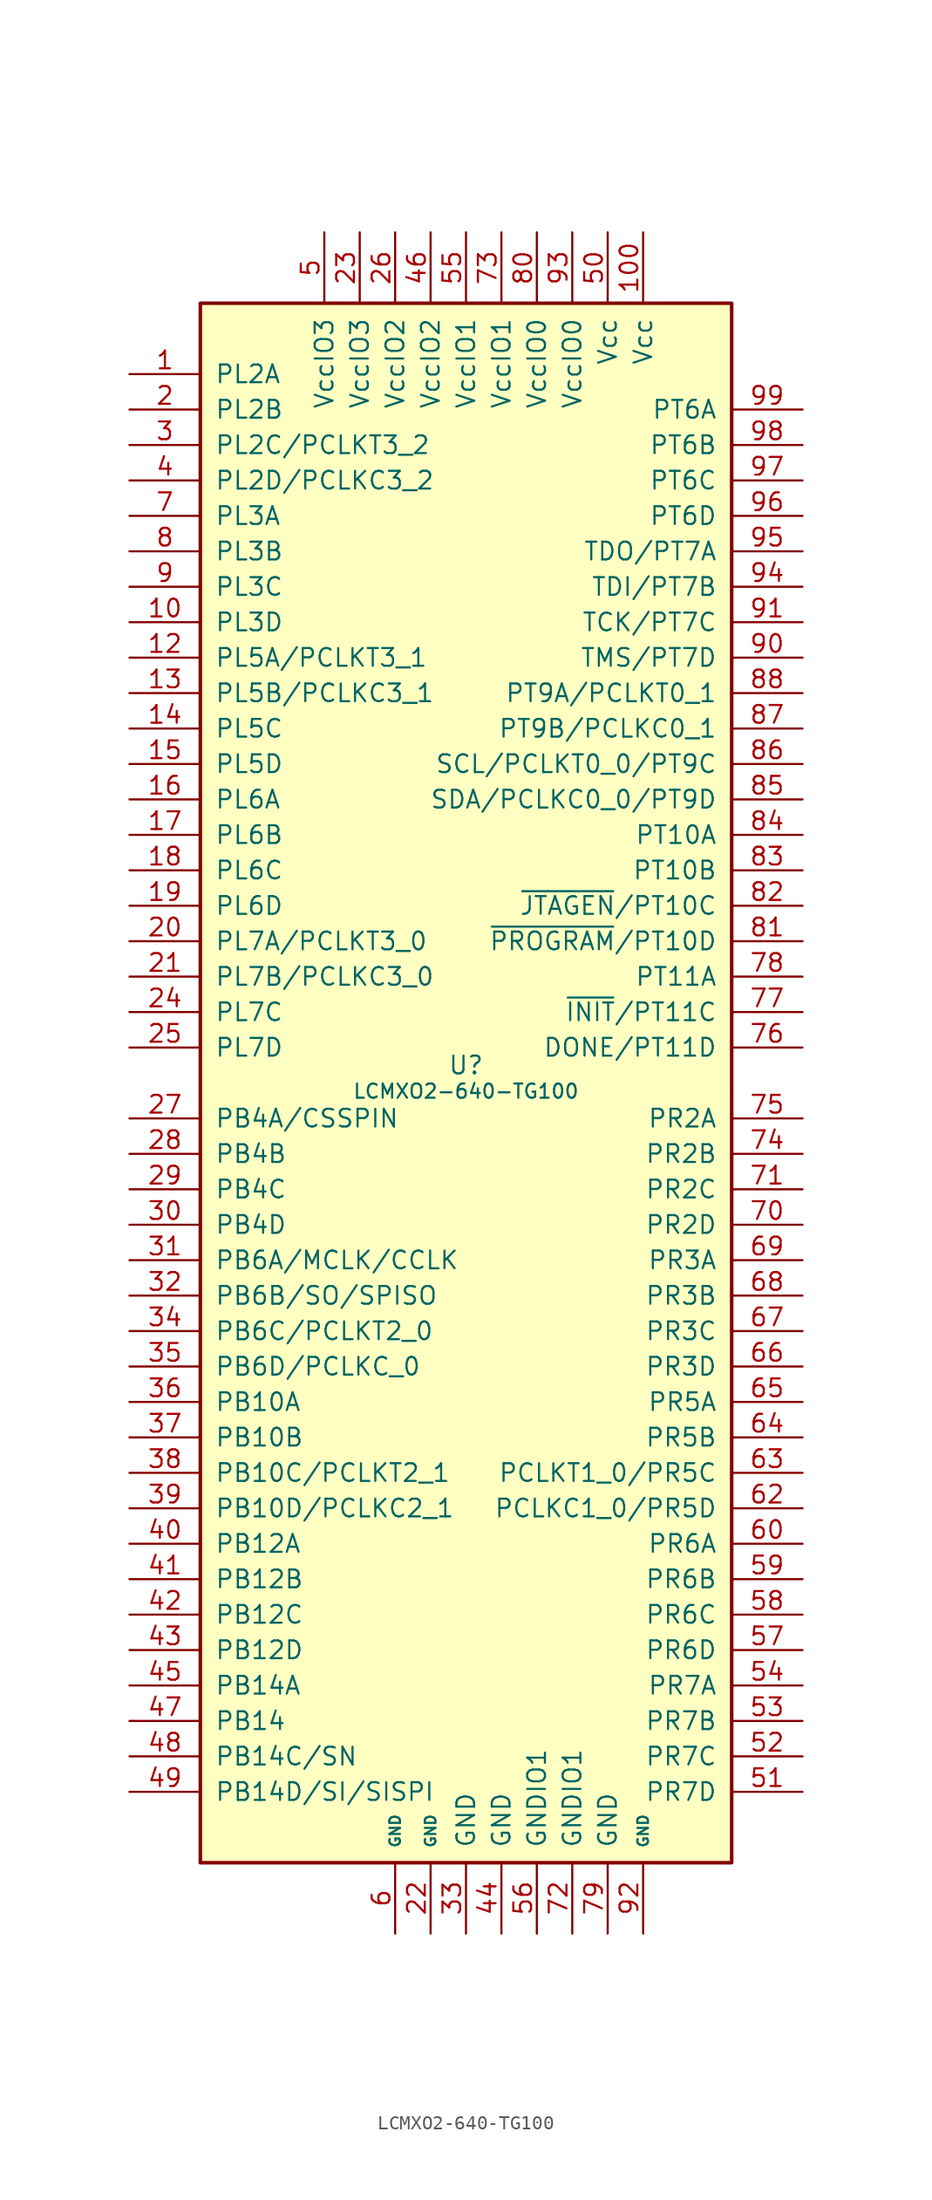
<source format=kicad_sym>
(kicad_symbol_lib
  (version 20220914)
  (generator kicad_symbol_editor)
  (symbol "LCMXO2-640-TG100"
    (pin_names
      (offset 1.016))
    (property "Reference" "U"
      (at 0 1.27 0)
      (effects (font (size 1.27 1.27))))
    (property "Value" "LCMXO2-640-TG100"
      (at 0 0 0)
      (effects (font (size 1.016 1.016)) (justify top)))
    (symbol "LCMXO2-640-TG100_1_1"
      (rectangle (start -19.05 55.88) (end 19.05 -55.88) (stroke (width 0.254) (type default)) (fill (type background)))
      (pin bidirectional line (at -24.13 50.8 0) (length 5.08) (name "PL2A" (effects (font (size 1.27 1.27)))) (number "1" (effects (font (size 1.27 1.27)))))
      (pin bidirectional line (at -24.13 33.02 0) (length 5.08) (name "PL3D" (effects (font (size 1.27 1.27)))) (number "10" (effects (font (size 1.27 1.27)))))
      (pin power_in line (at 12.7 60.96 270) (length 5.08) (name "Vcc" (effects (font (size 1.27 1.27)))) (number "100" (effects (font (size 1.27 1.27)))))
      (pin bidirectional line (at -24.13 30.48 0) (length 5.08) (name "PL5A/PCLKT3_1" (effects (font (size 1.27 1.27)))) (number "12" (effects (font (size 1.27 1.27)))))
      (pin bidirectional line (at -24.13 27.94 0) (length 5.08) (name "PL5B/PCLKC3_1" (effects (font (size 1.27 1.27)))) (number "13" (effects (font (size 1.27 1.27)))))
      (pin bidirectional line (at -24.13 25.4 0) (length 5.08) (name "PL5C" (effects (font (size 1.27 1.27)))) (number "14" (effects (font (size 1.27 1.27)))))
      (pin bidirectional line (at -24.13 22.86 0) (length 5.08) (name "PL5D" (effects (font (size 1.27 1.27)))) (number "15" (effects (font (size 1.27 1.27)))))
      (pin bidirectional line (at -24.13 20.32 0) (length 5.08) (name "PL6A" (effects (font (size 1.27 1.27)))) (number "16" (effects (font (size 1.27 1.27)))))
      (pin bidirectional line (at -24.13 17.78 0) (length 5.08) (name "PL6B" (effects (font (size 1.27 1.27)))) (number "17" (effects (font (size 1.27 1.27)))))
      (pin bidirectional line (at -24.13 15.24 0) (length 5.08) (name "PL6C" (effects (font (size 1.27 1.27)))) (number "18" (effects (font (size 1.27 1.27)))))
      (pin bidirectional line (at -24.13 12.7 0) (length 5.08) (name "PL6D" (effects (font (size 1.27 1.27)))) (number "19" (effects (font (size 1.27 1.27)))))
      (pin bidirectional line (at -24.13 48.26 0) (length 5.08) (name "PL2B" (effects (font (size 1.27 1.27)))) (number "2" (effects (font (size 1.27 1.27)))))
      (pin bidirectional line (at -24.13 10.16 0) (length 5.08) (name "PL7A/PCLKT3_0" (effects (font (size 1.27 1.27)))) (number "20" (effects (font (size 1.27 1.27)))))
      (pin bidirectional line (at -24.13 7.62 0) (length 5.08) (name "PL7B/PCLKC3_0" (effects (font (size 1.27 1.27)))) (number "21" (effects (font (size 1.27 1.27)))))
      (pin power_in line (at -2.54 -60.96 90) (length 5.08) (name "GND" (effects (font (size 0.762 0.762)))) (number "22" (effects (font (size 1.27 1.27)))))
      (pin power_in line (at -7.62 60.96 270) (length 5.08) (name "VccIO3" (effects (font (size 1.27 1.27)))) (number "23" (effects (font (size 1.27 1.27)))))
      (pin bidirectional line (at -24.13 5.08 0) (length 5.08) (name "PL7C" (effects (font (size 1.27 1.27)))) (number "24" (effects (font (size 1.27 1.27)))))
      (pin bidirectional line (at -24.13 2.54 0) (length 5.08) (name "PL7D" (effects (font (size 1.27 1.27)))) (number "25" (effects (font (size 1.27 1.27)))))
      (pin power_in line (at -5.08 60.96 270) (length 5.08) (name "VccIO2" (effects (font (size 1.27 1.27)))) (number "26" (effects (font (size 1.27 1.27)))))
      (pin bidirectional line (at -24.13 -2.54 0) (length 5.08) (name "PB4A/CSSPIN" (effects (font (size 1.27 1.27)))) (number "27" (effects (font (size 1.27 1.27)))))
      (pin bidirectional line (at -24.13 -5.08 0) (length 5.08) (name "PB4B" (effects (font (size 1.27 1.27)))) (number "28" (effects (font (size 1.27 1.27)))))
      (pin bidirectional line (at -24.13 -7.62 0) (length 5.08) (name "PB4C" (effects (font (size 1.27 1.27)))) (number "29" (effects (font (size 1.27 1.27)))))
      (pin bidirectional line (at -24.13 45.72 0) (length 5.08) (name "PL2C/PCLKT3_2" (effects (font (size 1.27 1.27)))) (number "3" (effects (font (size 1.27 1.27)))))
      (pin bidirectional line (at -24.13 -10.16 0) (length 5.08) (name "PB4D" (effects (font (size 1.27 1.27)))) (number "30" (effects (font (size 1.27 1.27)))))
      (pin bidirectional line (at -24.13 -12.7 0) (length 5.08) (name "PB6A/MCLK/CCLK" (effects (font (size 1.27 1.27)))) (number "31" (effects (font (size 1.27 1.27)))))
      (pin bidirectional line (at -24.13 -15.24 0) (length 5.08) (name "PB6B/SO/SPISO" (effects (font (size 1.27 1.27)))) (number "32" (effects (font (size 1.27 1.27)))))
      (pin power_in line (at 0 -60.96 90) (length 5.08) (name "GND" (effects (font (size 1.27 1.27)))) (number "33" (effects (font (size 1.27 1.27)))))
      (pin bidirectional line (at -24.13 -17.78 0) (length 5.08) (name "PB6C/PCLKT2_0" (effects (font (size 1.27 1.27)))) (number "34" (effects (font (size 1.27 1.27)))))
      (pin bidirectional line (at -24.13 -20.32 0) (length 5.08) (name "PB6D/PCLKC_0" (effects (font (size 1.27 1.27)))) (number "35" (effects (font (size 1.27 1.27)))))
      (pin bidirectional line (at -24.13 -22.86 0) (length 5.08) (name "PB10A" (effects (font (size 1.27 1.27)))) (number "36" (effects (font (size 1.27 1.27)))))
      (pin bidirectional line (at -24.13 -25.4 0) (length 5.08) (name "PB10B" (effects (font (size 1.27 1.27)))) (number "37" (effects (font (size 1.27 1.27)))))
      (pin bidirectional line (at -24.13 -27.94 0) (length 5.08) (name "PB10C/PCLKT2_1" (effects (font (size 1.27 1.27)))) (number "38" (effects (font (size 1.27 1.27)))))
      (pin bidirectional line (at -24.13 -30.48 0) (length 5.08) (name "PB10D/PCLKC2_1" (effects (font (size 1.27 1.27)))) (number "39" (effects (font (size 1.27 1.27)))))
      (pin bidirectional line (at -24.13 43.18 0) (length 5.08) (name "PL2D/PCLKC3_2" (effects (font (size 1.27 1.27)))) (number "4" (effects (font (size 1.27 1.27)))))
      (pin bidirectional line (at -24.13 -33.02 0) (length 5.08) (name "PB12A" (effects (font (size 1.27 1.27)))) (number "40" (effects (font (size 1.27 1.27)))))
      (pin bidirectional line (at -24.13 -35.56 0) (length 5.08) (name "PB12B" (effects (font (size 1.27 1.27)))) (number "41" (effects (font (size 1.27 1.27)))))
      (pin bidirectional line (at -24.13 -38.1 0) (length 5.08) (name "PB12C" (effects (font (size 1.27 1.27)))) (number "42" (effects (font (size 1.27 1.27)))))
      (pin bidirectional line (at -24.13 -40.64 0) (length 5.08) (name "PB12D" (effects (font (size 1.27 1.27)))) (number "43" (effects (font (size 1.27 1.27)))))
      (pin power_in line (at 2.54 -60.96 90) (length 5.08) (name "GND" (effects (font (size 1.27 1.27)))) (number "44" (effects (font (size 1.27 1.27)))))
      (pin bidirectional line (at -24.13 -43.18 0) (length 5.08) (name "PB14A" (effects (font (size 1.27 1.27)))) (number "45" (effects (font (size 1.27 1.27)))))
      (pin power_in line (at -2.54 60.96 270) (length 5.08) (name "VccIO2" (effects (font (size 1.27 1.27)))) (number "46" (effects (font (size 1.27 1.27)))))
      (pin bidirectional line (at -24.13 -45.72 0) (length 5.08) (name "PB14" (effects (font (size 1.27 1.27)))) (number "47" (effects (font (size 1.27 1.27)))))
      (pin bidirectional line (at -24.13 -48.26 0) (length 5.08) (name "PB14C/SN" (effects (font (size 1.27 1.27)))) (number "48" (effects (font (size 1.27 1.27)))))
      (pin bidirectional line (at -24.13 -50.8 0) (length 5.08) (name "PB14D/SI/SISPI" (effects (font (size 1.27 1.27)))) (number "49" (effects (font (size 1.27 1.27)))))
      (pin power_in line (at -10.16 60.96 270) (length 5.08) (name "VccIO3" (effects (font (size 1.27 1.27)))) (number "5" (effects (font (size 1.27 1.27)))))
      (pin power_in line (at 10.16 60.96 270) (length 5.08) (name "Vcc" (effects (font (size 1.27 1.27)))) (number "50" (effects (font (size 1.27 1.27)))))
      (pin bidirectional line (at 24.13 -50.8 180) (length 5.08) (name "PR7D" (effects (font (size 1.27 1.27)))) (number "51" (effects (font (size 1.27 1.27)))))
      (pin bidirectional line (at 24.13 -48.26 180) (length 5.08) (name "PR7C" (effects (font (size 1.27 1.27)))) (number "52" (effects (font (size 1.27 1.27)))))
      (pin bidirectional line (at 24.13 -45.72 180) (length 5.08) (name "PR7B" (effects (font (size 1.27 1.27)))) (number "53" (effects (font (size 1.27 1.27)))))
      (pin bidirectional line (at 24.13 -43.18 180) (length 5.08) (name "PR7A" (effects (font (size 1.27 1.27)))) (number "54" (effects (font (size 1.27 1.27)))))
      (pin power_in line (at 0 60.96 270) (length 5.08) (name "VccIO1" (effects (font (size 1.27 1.27)))) (number "55" (effects (font (size 1.27 1.27)))))
      (pin power_in line (at 5.08 -60.96 90) (length 5.08) (name "GNDIO1" (effects (font (size 1.27 1.27)))) (number "56" (effects (font (size 1.27 1.27)))))
      (pin bidirectional line (at 24.13 -40.64 180) (length 5.08) (name "PR6D" (effects (font (size 1.27 1.27)))) (number "57" (effects (font (size 1.27 1.27)))))
      (pin bidirectional line (at 24.13 -38.1 180) (length 5.08) (name "PR6C" (effects (font (size 1.27 1.27)))) (number "58" (effects (font (size 1.27 1.27)))))
      (pin bidirectional line (at 24.13 -35.56 180) (length 5.08) (name "PR6B" (effects (font (size 1.27 1.27)))) (number "59" (effects (font (size 1.27 1.27)))))
      (pin power_in line (at -5.08 -60.96 90) (length 5.08) (name "GND" (effects (font (size 0.762 0.762)))) (number "6" (effects (font (size 1.27 1.27)))))
      (pin bidirectional line (at 24.13 -33.02 180) (length 5.08) (name "PR6A" (effects (font (size 1.27 1.27)))) (number "60" (effects (font (size 1.27 1.27)))))
      (pin bidirectional line (at 24.13 -30.48 180) (length 5.08) (name "PCLKC1_0/PR5D" (effects (font (size 1.27 1.27)))) (number "62" (effects (font (size 1.27 1.27)))))
      (pin bidirectional line (at 24.13 -27.94 180) (length 5.08) (name "PCLKT1_0/PR5C" (effects (font (size 1.27 1.27)))) (number "63" (effects (font (size 1.27 1.27)))))
      (pin bidirectional line (at 24.13 -25.4 180) (length 5.08) (name "PR5B" (effects (font (size 1.27 1.27)))) (number "64" (effects (font (size 1.27 1.27)))))
      (pin bidirectional line (at 24.13 -22.86 180) (length 5.08) (name "PR5A" (effects (font (size 1.27 1.27)))) (number "65" (effects (font (size 1.27 1.27)))))
      (pin bidirectional line (at 24.13 -20.32 180) (length 5.08) (name "PR3D" (effects (font (size 1.27 1.27)))) (number "66" (effects (font (size 1.27 1.27)))))
      (pin bidirectional line (at 24.13 -17.78 180) (length 5.08) (name "PR3C" (effects (font (size 1.27 1.27)))) (number "67" (effects (font (size 1.27 1.27)))))
      (pin bidirectional line (at 24.13 -15.24 180) (length 5.08) (name "PR3B" (effects (font (size 1.27 1.27)))) (number "68" (effects (font (size 1.27 1.27)))))
      (pin bidirectional line (at 24.13 -12.7 180) (length 5.08) (name "PR3A" (effects (font (size 1.27 1.27)))) (number "69" (effects (font (size 1.27 1.27)))))
      (pin bidirectional line (at -24.13 40.64 0) (length 5.08) (name "PL3A" (effects (font (size 1.27 1.27)))) (number "7" (effects (font (size 1.27 1.27)))))
      (pin bidirectional line (at 24.13 -10.16 180) (length 5.08) (name "PR2D" (effects (font (size 1.27 1.27)))) (number "70" (effects (font (size 1.27 1.27)))))
      (pin bidirectional line (at 24.13 -7.62 180) (length 5.08) (name "PR2C" (effects (font (size 1.27 1.27)))) (number "71" (effects (font (size 1.27 1.27)))))
      (pin power_in line (at 7.62 -60.96 90) (length 5.08) (name "GNDIO1" (effects (font (size 1.27 1.27)))) (number "72" (effects (font (size 1.27 1.27)))))
      (pin power_in line (at 2.54 60.96 270) (length 5.08) (name "VccIO1" (effects (font (size 1.27 1.27)))) (number "73" (effects (font (size 1.27 1.27)))))
      (pin bidirectional line (at 24.13 -5.08 180) (length 5.08) (name "PR2B" (effects (font (size 1.27 1.27)))) (number "74" (effects (font (size 1.27 1.27)))))
      (pin bidirectional line (at 24.13 -2.54 180) (length 5.08) (name "PR2A" (effects (font (size 1.27 1.27)))) (number "75" (effects (font (size 1.27 1.27)))))
      (pin bidirectional line (at 24.13 2.54 180) (length 5.08) (name "DONE/PT11D" (effects (font (size 1.27 1.27)))) (number "76" (effects (font (size 1.27 1.27)))))
      (pin bidirectional line (at 24.13 5.08 180) (length 5.08) (name "~{INIT}/PT11C" (effects (font (size 1.27 1.27)))) (number "77" (effects (font (size 1.27 1.27)))))
      (pin bidirectional line (at 24.13 7.62 180) (length 5.08) (name "PT11A" (effects (font (size 1.27 1.27)))) (number "78" (effects (font (size 1.27 1.27)))))
      (pin power_in line (at 10.16 -60.96 90) (length 5.08) (name "GND" (effects (font (size 1.27 1.27)))) (number "79" (effects (font (size 1.27 1.27)))))
      (pin bidirectional line (at -24.13 38.1 0) (length 5.08) (name "PL3B" (effects (font (size 1.27 1.27)))) (number "8" (effects (font (size 1.27 1.27)))))
      (pin power_in line (at 5.08 60.96 270) (length 5.08) (name "VccIO0" (effects (font (size 1.27 1.27)))) (number "80" (effects (font (size 1.27 1.27)))))
      (pin bidirectional line (at 24.13 10.16 180) (length 5.08) (name "~{PROGRAM}/PT10D" (effects (font (size 1.27 1.27)))) (number "81" (effects (font (size 1.27 1.27)))))
      (pin bidirectional line (at 24.13 12.7 180) (length 5.08) (name "~{JTAGEN}/PT10C" (effects (font (size 1.27 1.27)))) (number "82" (effects (font (size 1.27 1.27)))))
      (pin bidirectional line (at 24.13 15.24 180) (length 5.08) (name "PT10B" (effects (font (size 1.27 1.27)))) (number "83" (effects (font (size 1.27 1.27)))))
      (pin bidirectional line (at 24.13 17.78 180) (length 5.08) (name "PT10A" (effects (font (size 1.27 1.27)))) (number "84" (effects (font (size 1.27 1.27)))))
      (pin bidirectional line (at 24.13 20.32 180) (length 5.08) (name "SDA/PCLKC0_0/PT9D" (effects (font (size 1.27 1.27)))) (number "85" (effects (font (size 1.27 1.27)))))
      (pin bidirectional line (at 24.13 22.86 180) (length 5.08) (name "SCL/PCLKT0_0/PT9C" (effects (font (size 1.27 1.27)))) (number "86" (effects (font (size 1.27 1.27)))))
      (pin bidirectional line (at 24.13 25.4 180) (length 5.08) (name "PT9B/PCLKC0_1" (effects (font (size 1.27 1.27)))) (number "87" (effects (font (size 1.27 1.27)))))
      (pin bidirectional line (at 24.13 27.94 180) (length 5.08) (name "PT9A/PCLKT0_1" (effects (font (size 1.27 1.27)))) (number "88" (effects (font (size 1.27 1.27)))))
      (pin bidirectional line (at -24.13 35.56 0) (length 5.08) (name "PL3C" (effects (font (size 1.27 1.27)))) (number "9" (effects (font (size 1.27 1.27)))))
      (pin bidirectional line (at 24.13 30.48 180) (length 5.08) (name "TMS/PT7D" (effects (font (size 1.27 1.27)))) (number "90" (effects (font (size 1.27 1.27)))))
      (pin bidirectional line (at 24.13 33.02 180) (length 5.08) (name "TCK/PT7C" (effects (font (size 1.27 1.27)))) (number "91" (effects (font (size 1.27 1.27)))))
      (pin power_in line (at 12.7 -60.96 90) (length 5.08) (name "GND" (effects (font (size 0.762 0.762)))) (number "92" (effects (font (size 1.27 1.27)))))
      (pin power_in line (at 7.62 60.96 270) (length 5.08) (name "VccIO0" (effects (font (size 1.27 1.27)))) (number "93" (effects (font (size 1.27 1.27)))))
      (pin bidirectional line (at 24.13 35.56 180) (length 5.08) (name "TDI/PT7B" (effects (font (size 1.27 1.27)))) (number "94" (effects (font (size 1.27 1.27)))))
      (pin bidirectional line (at 24.13 38.1 180) (length 5.08) (name "TDO/PT7A" (effects (font (size 1.27 1.27)))) (number "95" (effects (font (size 1.27 1.27)))))
      (pin bidirectional line (at 24.13 40.64 180) (length 5.08) (name "PT6D" (effects (font (size 1.27 1.27)))) (number "96" (effects (font (size 1.27 1.27)))))
      (pin bidirectional line (at 24.13 43.18 180) (length 5.08) (name "PT6C" (effects (font (size 1.27 1.27)))) (number "97" (effects (font (size 1.27 1.27)))))
      (pin bidirectional line (at 24.13 45.72 180) (length 5.08) (name "PT6B" (effects (font (size 1.27 1.27)))) (number "98" (effects (font (size 1.27 1.27)))))
      (pin bidirectional line (at 24.13 48.26 180) (length 5.08) (name "PT6A" (effects (font (size 1.27 1.27)))) (number "99" (effects (font (size 1.27 1.27))))))))
</source>
